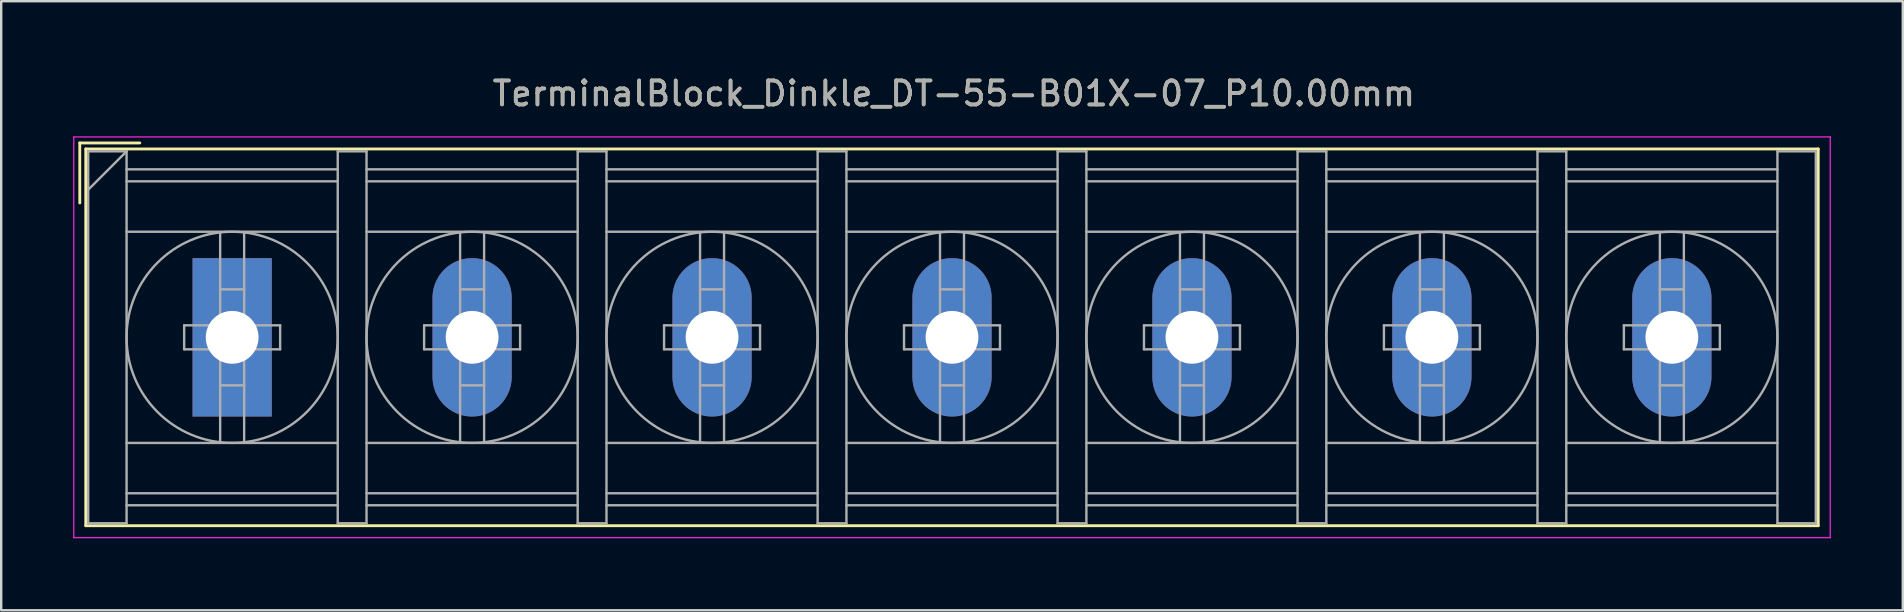
<source format=kicad_pcb>
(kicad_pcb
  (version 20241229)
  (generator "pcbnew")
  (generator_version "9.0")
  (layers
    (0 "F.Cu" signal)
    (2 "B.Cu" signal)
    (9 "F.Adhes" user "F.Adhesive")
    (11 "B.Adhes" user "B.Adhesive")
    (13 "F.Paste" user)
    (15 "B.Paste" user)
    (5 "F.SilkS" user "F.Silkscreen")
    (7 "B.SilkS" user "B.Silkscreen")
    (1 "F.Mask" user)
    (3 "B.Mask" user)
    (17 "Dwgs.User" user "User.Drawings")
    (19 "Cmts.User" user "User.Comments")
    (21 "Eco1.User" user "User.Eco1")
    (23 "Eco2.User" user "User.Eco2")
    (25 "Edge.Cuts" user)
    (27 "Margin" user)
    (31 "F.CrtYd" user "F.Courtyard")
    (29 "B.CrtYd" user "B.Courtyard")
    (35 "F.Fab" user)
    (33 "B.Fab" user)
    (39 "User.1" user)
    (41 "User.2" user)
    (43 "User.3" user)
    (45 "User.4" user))
  (footprint "TerminalBlock_Dinkle_DT-55-B01X-07_P10.00mm"
    (layer "F.Cu")
    (at 6.625 11.008)
    (property "Reference" "TerminalBlock_Dinkle_DT-55-B01X-07_P10.00mm" (at 30.08 -10.16 0) (layer "F.SilkS") (effects (font (size 1 1) (thickness 0.15))))
    (attr through_hole)
    (fp_line (start -6.35 -8.1) (end -3.85 -8.1) (stroke (width 0.12) (type solid)) (layer "F.SilkS"))
    (fp_line (start -6.35 -5.6) (end -6.35 -8.1) (stroke (width 0.12) (type solid)) (layer "F.SilkS"))
    (fp_line (start -6.1 -7.85) (end 66.1 -7.85) (stroke (width 0.12) (type solid)) (layer "F.SilkS"))
    (fp_line (start -6.1 7.85) (end -6.1 -7.85) (stroke (width 0.12) (type solid)) (layer "F.SilkS"))
    (fp_line (start -6.1 7.85) (end 66.1 7.85) (stroke (width 0.12) (type solid)) (layer "F.SilkS"))
    (fp_line (start 66.1 -7.85) (end 66.1 7.85) (stroke (width 0.12) (type solid)) (layer "F.SilkS"))
    (fp_line (start -6.6 -8.35) (end 66.6 -8.35) (stroke (width 0.05) (type solid)) (layer "F.CrtYd"))
    (fp_line (start -6.6 8.35) (end -6.6 -8.35) (stroke (width 0.05) (type solid)) (layer "F.CrtYd"))
    (fp_line (start -6.6 8.35) (end 66.6 8.35) (stroke (width 0.05) (type solid)) (layer "F.CrtYd"))
    (fp_line (start 66.6 -8.35) (end 66.6 8.35) (stroke (width 0.05) (type solid)) (layer "F.CrtYd"))
    (fp_line (start -6 -7.75) (end -6 7.75) (stroke (width 0.1) (type solid)) (layer "F.Fab"))
    (fp_line (start -6 -7.75) (end -4.4 -7.75) (stroke (width 0.1) (type solid)) (layer "F.Fab"))
    (fp_line (start -6 7.75) (end -4.4 7.75) (stroke (width 0.1) (type solid)) (layer "F.Fab"))
    (fp_line (start -4.4 -7.75) (end -6 -6.15) (stroke (width 0.1) (type solid)) (layer "F.Fab"))
    (fp_line (start -4.4 -7.75) (end -4.4 7.75) (stroke (width 0.1) (type solid)) (layer "F.Fab"))
    (fp_line (start -4.4 -7) (end 4.4 -7) (stroke (width 0.1) (type solid)) (layer "F.Fab"))
    (fp_line (start -4.4 -6.5) (end 4.4 -6.5) (stroke (width 0.1) (type solid)) (layer "F.Fab"))
    (fp_line (start -4.4 -4.4) (end 4.4 -4.4) (stroke (width 0.1) (type solid)) (layer "F.Fab"))
    (fp_line (start -4.4 4.4) (end 4.4 4.4) (stroke (width 0.1) (type solid)) (layer "F.Fab"))
    (fp_line (start -4.4 6.5) (end 4.4 6.5) (stroke (width 0.1) (type solid)) (layer "F.Fab"))
    (fp_line (start -4.4 7) (end 4.4 7) (stroke (width 0.1) (type solid)) (layer "F.Fab"))
    (fp_line (start -2 -0.5) (end -2 0.5) (stroke (width 0.1) (type solid)) (layer "F.Fab"))
    (fp_line (start -2 0.5) (end -0.5 0.5) (stroke (width 0.1) (type solid)) (layer "F.Fab"))
    (fp_line (start -0.5 -4.35) (end -0.5 -0.5) (stroke (width 0.1) (type solid)) (layer "F.Fab"))
    (fp_line (start -0.5 -2) (end 0.5 -2) (stroke (width 0.1) (type solid)) (layer "F.Fab"))
    (fp_line (start -0.5 -0.5) (end -2 -0.5) (stroke (width 0.1) (type solid)) (layer "F.Fab"))
    (fp_line (start -0.5 0.5) (end -0.5 4.35) (stroke (width 0.1) (type solid)) (layer "F.Fab"))
    (fp_line (start -0.5 2) (end 0.5 2) (stroke (width 0.1) (type solid)) (layer "F.Fab"))
    (fp_line (start 0.5 -4.35) (end 0.5 -0.5) (stroke (width 0.1) (type solid)) (layer "F.Fab"))
    (fp_line (start 0.5 -0.5) (end 2 -0.5) (stroke (width 0.1) (type solid)) (layer "F.Fab"))
    (fp_line (start 0.5 0.5) (end 0.5 4.35) (stroke (width 0.1) (type solid)) (layer "F.Fab"))
    (fp_line (start 2 -0.5) (end 2 0.5) (stroke (width 0.1) (type solid)) (layer "F.Fab"))
    (fp_line (start 2 0.5) (end 0.5 0.5) (stroke (width 0.1) (type solid)) (layer "F.Fab"))
    (fp_line (start 4.4 -7.75) (end 4.4 7.75) (stroke (width 0.1) (type solid)) (layer "F.Fab"))
    (fp_line (start 4.4 -7.75) (end 5.6 -7.75) (stroke (width 0.1) (type solid)) (layer "F.Fab"))
    (fp_line (start 4.4 7.75) (end 5.6 7.75) (stroke (width 0.1) (type solid)) (layer "F.Fab"))
    (fp_line (start 5.6 -7.75) (end 5.6 7.75) (stroke (width 0.1) (type solid)) (layer "F.Fab"))
    (fp_line (start 5.6 -7) (end 14.4 -7) (stroke (width 0.1) (type solid)) (layer "F.Fab"))
    (fp_line (start 5.6 -6.5) (end 14.4 -6.5) (stroke (width 0.1) (type solid)) (layer "F.Fab"))
    (fp_line (start 5.6 -4.4) (end 14.4 -4.4) (stroke (width 0.1) (type solid)) (layer "F.Fab"))
    (fp_line (start 5.6 4.4) (end 14.4 4.4) (stroke (width 0.1) (type solid)) (layer "F.Fab"))
    (fp_line (start 5.6 6.5) (end 14.4 6.5) (stroke (width 0.1) (type solid)) (layer "F.Fab"))
    (fp_line (start 5.6 7) (end 14.4 7) (stroke (width 0.1) (type solid)) (layer "F.Fab"))
    (fp_line (start 8 -0.5) (end 8 0.5) (stroke (width 0.1) (type solid)) (layer "F.Fab"))
    (fp_line (start 8 0.5) (end 9.5 0.5) (stroke (width 0.1) (type solid)) (layer "F.Fab"))
    (fp_line (start 9.5 -4.35) (end 9.5 -0.5) (stroke (width 0.1) (type solid)) (layer "F.Fab"))
    (fp_line (start 9.5 -2) (end 10.5 -2) (stroke (width 0.1) (type solid)) (layer "F.Fab"))
    (fp_line (start 9.5 -0.5) (end 8 -0.5) (stroke (width 0.1) (type solid)) (layer "F.Fab"))
    (fp_line (start 9.5 0.5) (end 9.5 4.35) (stroke (width 0.1) (type solid)) (layer "F.Fab"))
    (fp_line (start 9.5 2) (end 10.5 2) (stroke (width 0.1) (type solid)) (layer "F.Fab"))
    (fp_line (start 10.5 -4.35) (end 10.5 -0.5) (stroke (width 0.1) (type solid)) (layer "F.Fab"))
    (fp_line (start 10.5 -0.5) (end 12 -0.5) (stroke (width 0.1) (type solid)) (layer "F.Fab"))
    (fp_line (start 10.5 0.5) (end 10.5 4.35) (stroke (width 0.1) (type solid)) (layer "F.Fab"))
    (fp_line (start 12 -0.5) (end 12 0.5) (stroke (width 0.1) (type solid)) (layer "F.Fab"))
    (fp_line (start 12 0.5) (end 10.5 0.5) (stroke (width 0.1) (type solid)) (layer "F.Fab"))
    (fp_line (start 14.4 -7.75) (end 14.4 7.75) (stroke (width 0.1) (type solid)) (layer "F.Fab"))
    (fp_line (start 14.4 -7.75) (end 15.6 -7.75) (stroke (width 0.1) (type solid)) (layer "F.Fab"))
    (fp_line (start 14.4 7.75) (end 15.6 7.75) (stroke (width 0.1) (type solid)) (layer "F.Fab"))
    (fp_line (start 15.6 -7.75) (end 15.6 7.75) (stroke (width 0.1) (type solid)) (layer "F.Fab"))
    (fp_line (start 15.6 -7) (end 24.4 -7) (stroke (width 0.1) (type solid)) (layer "F.Fab"))
    (fp_line (start 15.6 -6.5) (end 24.4 -6.5) (stroke (width 0.1) (type solid)) (layer "F.Fab"))
    (fp_line (start 15.6 -4.4) (end 24.4 -4.4) (stroke (width 0.1) (type solid)) (layer "F.Fab"))
    (fp_line (start 15.6 4.4) (end 24.4 4.4) (stroke (width 0.1) (type solid)) (layer "F.Fab"))
    (fp_line (start 15.6 6.5) (end 24.4 6.5) (stroke (width 0.1) (type solid)) (layer "F.Fab"))
    (fp_line (start 15.6 7) (end 24.4 7) (stroke (width 0.1) (type solid)) (layer "F.Fab"))
    (fp_line (start 18 -0.5) (end 18 0.5) (stroke (width 0.1) (type solid)) (layer "F.Fab"))
    (fp_line (start 18 0.5) (end 19.5 0.5) (stroke (width 0.1) (type solid)) (layer "F.Fab"))
    (fp_line (start 19.5 -4.35) (end 19.5 -0.5) (stroke (width 0.1) (type solid)) (layer "F.Fab"))
    (fp_line (start 19.5 -2) (end 20.5 -2) (stroke (width 0.1) (type solid)) (layer "F.Fab"))
    (fp_line (start 19.5 -0.5) (end 18 -0.5) (stroke (width 0.1) (type solid)) (layer "F.Fab"))
    (fp_line (start 19.5 0.5) (end 19.5 4.35) (stroke (width 0.1) (type solid)) (layer "F.Fab"))
    (fp_line (start 19.5 2) (end 20.5 2) (stroke (width 0.1) (type solid)) (layer "F.Fab"))
    (fp_line (start 20.5 -4.35) (end 20.5 -0.5) (stroke (width 0.1) (type solid)) (layer "F.Fab"))
    (fp_line (start 20.5 -0.5) (end 22 -0.5) (stroke (width 0.1) (type solid)) (layer "F.Fab"))
    (fp_line (start 20.5 0.5) (end 20.5 4.35) (stroke (width 0.1) (type solid)) (layer "F.Fab"))
    (fp_line (start 22 -0.5) (end 22 0.5) (stroke (width 0.1) (type solid)) (layer "F.Fab"))
    (fp_line (start 22 0.5) (end 20.5 0.5) (stroke (width 0.1) (type solid)) (layer "F.Fab"))
    (fp_line (start 24.4 -7.75) (end 24.4 7.75) (stroke (width 0.1) (type solid)) (layer "F.Fab"))
    (fp_line (start 24.4 -7.75) (end 25.6 -7.75) (stroke (width 0.1) (type solid)) (layer "F.Fab"))
    (fp_line (start 24.4 7.75) (end 25.6 7.75) (stroke (width 0.1) (type solid)) (layer "F.Fab"))
    (fp_line (start 25.6 -7.75) (end 25.6 7.75) (stroke (width 0.1) (type solid)) (layer "F.Fab"))
    (fp_line (start 25.6 -7) (end 34.4 -7) (stroke (width 0.1) (type solid)) (layer "F.Fab"))
    (fp_line (start 25.6 -6.5) (end 34.4 -6.5) (stroke (width 0.1) (type solid)) (layer "F.Fab"))
    (fp_line (start 25.6 -4.4) (end 34.4 -4.4) (stroke (width 0.1) (type solid)) (layer "F.Fab"))
    (fp_line (start 25.6 4.4) (end 34.4 4.4) (stroke (width 0.1) (type solid)) (layer "F.Fab"))
    (fp_line (start 25.6 6.5) (end 34.4 6.5) (stroke (width 0.1) (type solid)) (layer "F.Fab"))
    (fp_line (start 25.6 7) (end 34.4 7) (stroke (width 0.1) (type solid)) (layer "F.Fab"))
    (fp_line (start 28 -0.5) (end 28 0.5) (stroke (width 0.1) (type solid)) (layer "F.Fab"))
    (fp_line (start 28 0.5) (end 29.5 0.5) (stroke (width 0.1) (type solid)) (layer "F.Fab"))
    (fp_line (start 29.5 -4.35) (end 29.5 -0.5) (stroke (width 0.1) (type solid)) (layer "F.Fab"))
    (fp_line (start 29.5 -2) (end 30.5 -2) (stroke (width 0.1) (type solid)) (layer "F.Fab"))
    (fp_line (start 29.5 -0.5) (end 28 -0.5) (stroke (width 0.1) (type solid)) (layer "F.Fab"))
    (fp_line (start 29.5 0.5) (end 29.5 4.35) (stroke (width 0.1) (type solid)) (layer "F.Fab"))
    (fp_line (start 29.5 2) (end 30.5 2) (stroke (width 0.1) (type solid)) (layer "F.Fab"))
    (fp_line (start 30.5 -4.35) (end 30.5 -0.5) (stroke (width 0.1) (type solid)) (layer "F.Fab"))
    (fp_line (start 30.5 -0.5) (end 32 -0.5) (stroke (width 0.1) (type solid)) (layer "F.Fab"))
    (fp_line (start 30.5 0.5) (end 30.5 4.35) (stroke (width 0.1) (type solid)) (layer "F.Fab"))
    (fp_line (start 32 -0.5) (end 32 0.5) (stroke (width 0.1) (type solid)) (layer "F.Fab"))
    (fp_line (start 32 0.5) (end 30.5 0.5) (stroke (width 0.1) (type solid)) (layer "F.Fab"))
    (fp_line (start 34.4 -7.75) (end 34.4 7.75) (stroke (width 0.1) (type solid)) (layer "F.Fab"))
    (fp_line (start 34.4 -7.75) (end 35.6 -7.75) (stroke (width 0.1) (type solid)) (layer "F.Fab"))
    (fp_line (start 34.4 7.75) (end 35.6 7.75) (stroke (width 0.1) (type solid)) (layer "F.Fab"))
    (fp_line (start 35.6 -7.75) (end 35.6 7.75) (stroke (width 0.1) (type solid)) (layer "F.Fab"))
    (fp_line (start 35.6 -7) (end 44.4 -7) (stroke (width 0.1) (type solid)) (layer "F.Fab"))
    (fp_line (start 35.6 -6.5) (end 44.4 -6.5) (stroke (width 0.1) (type solid)) (layer "F.Fab"))
    (fp_line (start 35.6 -4.4) (end 44.4 -4.4) (stroke (width 0.1) (type solid)) (layer "F.Fab"))
    (fp_line (start 35.6 4.4) (end 44.4 4.4) (stroke (width 0.1) (type solid)) (layer "F.Fab"))
    (fp_line (start 35.6 6.5) (end 44.4 6.5) (stroke (width 0.1) (type solid)) (layer "F.Fab"))
    (fp_line (start 35.6 7) (end 44.4 7) (stroke (width 0.1) (type solid)) (layer "F.Fab"))
    (fp_line (start 38 -0.5) (end 38 0.5) (stroke (width 0.1) (type solid)) (layer "F.Fab"))
    (fp_line (start 38 0.5) (end 39.5 0.5) (stroke (width 0.1) (type solid)) (layer "F.Fab"))
    (fp_line (start 39.5 -4.35) (end 39.5 -0.5) (stroke (width 0.1) (type solid)) (layer "F.Fab"))
    (fp_line (start 39.5 -2) (end 40.5 -2) (stroke (width 0.1) (type solid)) (layer "F.Fab"))
    (fp_line (start 39.5 -0.5) (end 38 -0.5) (stroke (width 0.1) (type solid)) (layer "F.Fab"))
    (fp_line (start 39.5 0.5) (end 39.5 4.35) (stroke (width 0.1) (type solid)) (layer "F.Fab"))
    (fp_line (start 39.5 2) (end 40.5 2) (stroke (width 0.1) (type solid)) (layer "F.Fab"))
    (fp_line (start 40.5 -4.35) (end 40.5 -0.5) (stroke (width 0.1) (type solid)) (layer "F.Fab"))
    (fp_line (start 40.5 -0.5) (end 42 -0.5) (stroke (width 0.1) (type solid)) (layer "F.Fab"))
    (fp_line (start 40.5 0.5) (end 40.5 4.35) (stroke (width 0.1) (type solid)) (layer "F.Fab"))
    (fp_line (start 42 -0.5) (end 42 0.5) (stroke (width 0.1) (type solid)) (layer "F.Fab"))
    (fp_line (start 42 0.5) (end 40.5 0.5) (stroke (width 0.1) (type solid)) (layer "F.Fab"))
    (fp_line (start 44.4 -7.75) (end 44.4 7.75) (stroke (width 0.1) (type solid)) (layer "F.Fab"))
    (fp_line (start 44.4 -7.75) (end 45.6 -7.75) (stroke (width 0.1) (type solid)) (layer "F.Fab"))
    (fp_line (start 44.4 7.75) (end 45.6 7.75) (stroke (width 0.1) (type solid)) (layer "F.Fab"))
    (fp_line (start 45.6 -7.75) (end 45.6 7.75) (stroke (width 0.1) (type solid)) (layer "F.Fab"))
    (fp_line (start 45.6 -7) (end 54.4 -7) (stroke (width 0.1) (type solid)) (layer "F.Fab"))
    (fp_line (start 45.6 -6.5) (end 54.4 -6.5) (stroke (width 0.1) (type solid)) (layer "F.Fab"))
    (fp_line (start 45.6 -4.4) (end 54.4 -4.4) (stroke (width 0.1) (type solid)) (layer "F.Fab"))
    (fp_line (start 45.6 4.4) (end 54.4 4.4) (stroke (width 0.1) (type solid)) (layer "F.Fab"))
    (fp_line (start 45.6 6.5) (end 54.4 6.5) (stroke (width 0.1) (type solid)) (layer "F.Fab"))
    (fp_line (start 45.6 7) (end 54.4 7) (stroke (width 0.1) (type solid)) (layer "F.Fab"))
    (fp_line (start 48 -0.5) (end 48 0.5) (stroke (width 0.1) (type solid)) (layer "F.Fab"))
    (fp_line (start 48 0.5) (end 49.5 0.5) (stroke (width 0.1) (type solid)) (layer "F.Fab"))
    (fp_line (start 49.5 -4.35) (end 49.5 -0.5) (stroke (width 0.1) (type solid)) (layer "F.Fab"))
    (fp_line (start 49.5 -2) (end 50.5 -2) (stroke (width 0.1) (type solid)) (layer "F.Fab"))
    (fp_line (start 49.5 -0.5) (end 48 -0.5) (stroke (width 0.1) (type solid)) (layer "F.Fab"))
    (fp_line (start 49.5 0.5) (end 49.5 4.35) (stroke (width 0.1) (type solid)) (layer "F.Fab"))
    (fp_line (start 49.5 2) (end 50.5 2) (stroke (width 0.1) (type solid)) (layer "F.Fab"))
    (fp_line (start 50.5 -4.35) (end 50.5 -0.5) (stroke (width 0.1) (type solid)) (layer "F.Fab"))
    (fp_line (start 50.5 -0.5) (end 52 -0.5) (stroke (width 0.1) (type solid)) (layer "F.Fab"))
    (fp_line (start 50.5 0.5) (end 50.5 4.35) (stroke (width 0.1) (type solid)) (layer "F.Fab"))
    (fp_line (start 52 -0.5) (end 52 0.5) (stroke (width 0.1) (type solid)) (layer "F.Fab"))
    (fp_line (start 52 0.5) (end 50.5 0.5) (stroke (width 0.1) (type solid)) (layer "F.Fab"))
    (fp_line (start 54.4 -7.75) (end 54.4 7.75) (stroke (width 0.1) (type solid)) (layer "F.Fab"))
    (fp_line (start 54.4 -7.75) (end 55.6 -7.75) (stroke (width 0.1) (type solid)) (layer "F.Fab"))
    (fp_line (start 54.4 7.75) (end 55.6 7.75) (stroke (width 0.1) (type solid)) (layer "F.Fab"))
    (fp_line (start 55.6 -7.75) (end 55.6 7.75) (stroke (width 0.1) (type solid)) (layer "F.Fab"))
    (fp_line (start 55.6 -7) (end 64.4 -7) (stroke (width 0.1) (type solid)) (layer "F.Fab"))
    (fp_line (start 55.6 -6.5) (end 64.4 -6.5) (stroke (width 0.1) (type solid)) (layer "F.Fab"))
    (fp_line (start 55.6 -4.4) (end 64.4 -4.4) (stroke (width 0.1) (type solid)) (layer "F.Fab"))
    (fp_line (start 55.6 4.4) (end 64.4 4.4) (stroke (width 0.1) (type solid)) (layer "F.Fab"))
    (fp_line (start 55.6 6.5) (end 64.4 6.5) (stroke (width 0.1) (type solid)) (layer "F.Fab"))
    (fp_line (start 55.6 7) (end 64.4 7) (stroke (width 0.1) (type solid)) (layer "F.Fab"))
    (fp_line (start 58 -0.5) (end 58 0.5) (stroke (width 0.1) (type solid)) (layer "F.Fab"))
    (fp_line (start 58 0.5) (end 59.5 0.5) (stroke (width 0.1) (type solid)) (layer "F.Fab"))
    (fp_line (start 59.5 -4.35) (end 59.5 -0.5) (stroke (width 0.1) (type solid)) (layer "F.Fab"))
    (fp_line (start 59.5 -2) (end 60.5 -2) (stroke (width 0.1) (type solid)) (layer "F.Fab"))
    (fp_line (start 59.5 -0.5) (end 58 -0.5) (stroke (width 0.1) (type solid)) (layer "F.Fab"))
    (fp_line (start 59.5 0.5) (end 59.5 4.35) (stroke (width 0.1) (type solid)) (layer "F.Fab"))
    (fp_line (start 59.5 2) (end 60.5 2) (stroke (width 0.1) (type solid)) (layer "F.Fab"))
    (fp_line (start 60.5 -4.35) (end 60.5 -0.5) (stroke (width 0.1) (type solid)) (layer "F.Fab"))
    (fp_line (start 60.5 -0.5) (end 62 -0.5) (stroke (width 0.1) (type solid)) (layer "F.Fab"))
    (fp_line (start 60.5 0.5) (end 60.5 4.35) (stroke (width 0.1) (type solid)) (layer "F.Fab"))
    (fp_line (start 62 -0.5) (end 62 0.5) (stroke (width 0.1) (type solid)) (layer "F.Fab"))
    (fp_line (start 62 0.5) (end 60.5 0.5) (stroke (width 0.1) (type solid)) (layer "F.Fab"))
    (fp_line (start 64.4 -7.75) (end 64.4 7.75) (stroke (width 0.1) (type solid)) (layer "F.Fab"))
    (fp_line (start 64.4 -7.75) (end 66 -7.75) (stroke (width 0.1) (type solid)) (layer "F.Fab"))
    (fp_line (start 64.4 7.75) (end 66 7.75) (stroke (width 0.1) (type solid)) (layer "F.Fab"))
    (fp_line (start 66 -7.75) (end 66 7.75) (stroke (width 0.1) (type solid)) (layer "F.Fab"))
    (fp_circle (center 0 0) (end 0.5 0.5) (stroke (width 0.1) (type solid)) (fill no) (layer "F.Fab"))
    (fp_circle (center 0 0) (end 4.4 0) (stroke (width 0.1) (type solid)) (fill no) (layer "F.Fab"))
    (fp_circle (center 10 0) (end 10.5 0.5) (stroke (width 0.1) (type solid)) (fill no) (layer "F.Fab"))
    (fp_circle (center 10 0) (end 14.4 0) (stroke (width 0.1) (type solid)) (fill no) (layer "F.Fab"))
    (fp_circle (center 20 0) (end 20.5 0.5) (stroke (width 0.1) (type solid)) (fill no) (layer "F.Fab"))
    (fp_circle (center 20 0) (end 24.4 0) (stroke (width 0.1) (type solid)) (fill no) (layer "F.Fab"))
    (fp_circle (center 30 0) (end 30.5 0.5) (stroke (width 0.1) (type solid)) (fill no) (layer "F.Fab"))
    (fp_circle (center 30 0) (end 34.4 0) (stroke (width 0.1) (type solid)) (fill no) (layer "F.Fab"))
    (fp_circle (center 40 0) (end 40.5 0.5) (stroke (width 0.1) (type solid)) (fill no) (layer "F.Fab"))
    (fp_circle (center 40 0) (end 44.4 0) (stroke (width 0.1) (type solid)) (fill no) (layer "F.Fab"))
    (fp_circle (center 50 0) (end 50.5 0.5) (stroke (width 0.1) (type solid)) (fill no) (layer "F.Fab"))
    (fp_circle (center 50 0) (end 54.4 0) (stroke (width 0.1) (type solid)) (fill no) (layer "F.Fab"))
    (fp_circle (center 60 0) (end 60.5 0.5) (stroke (width 0.1) (type solid)) (fill no) (layer "F.Fab"))
    (fp_circle (center 60 0) (end 64.4 0) (stroke (width 0.1) (type solid)) (fill no) (layer "F.Fab"))
    (fp_text user "${REFERENCE}" (at 30.08 -10.16 0) (layer "F.Fab") (effects (font (size 1 1) (thickness 0.15))))
    (pad "1" thru_hole rect (at 0 0) (size 3.3 6.6) (drill 2.2) (layers "*.Cu" "*.Mask"))
    (pad "2" thru_hole oval (at 10 0) (size 3.3 6.6) (drill 2.2) (layers "*.Cu" "*.Mask"))
    (pad "3" thru_hole oval (at 20 0) (size 3.3 6.6) (drill 2.2) (layers "*.Cu" "*.Mask"))
    (pad "4" thru_hole oval (at 30 0) (size 3.3 6.6) (drill 2.2) (layers "*.Cu" "*.Mask"))
    (pad "5" thru_hole oval (at 40 0) (size 3.3 6.6) (drill 2.2) (layers "*.Cu" "*.Mask"))
    (pad "6" thru_hole oval (at 50 0) (size 3.3 6.6) (drill 2.2) (layers "*.Cu" "*.Mask"))
    (pad "7" thru_hole oval (at 60 0) (size 3.3 6.6) (drill 2.2) (layers "*.Cu" "*.Mask")))
  (gr_rect
    (start -3 -3)
    (end 76.25 22.383)
    (stroke (width 0.1) (type default))
    (fill no)
    (layer "Edge.Cuts")))
</source>
